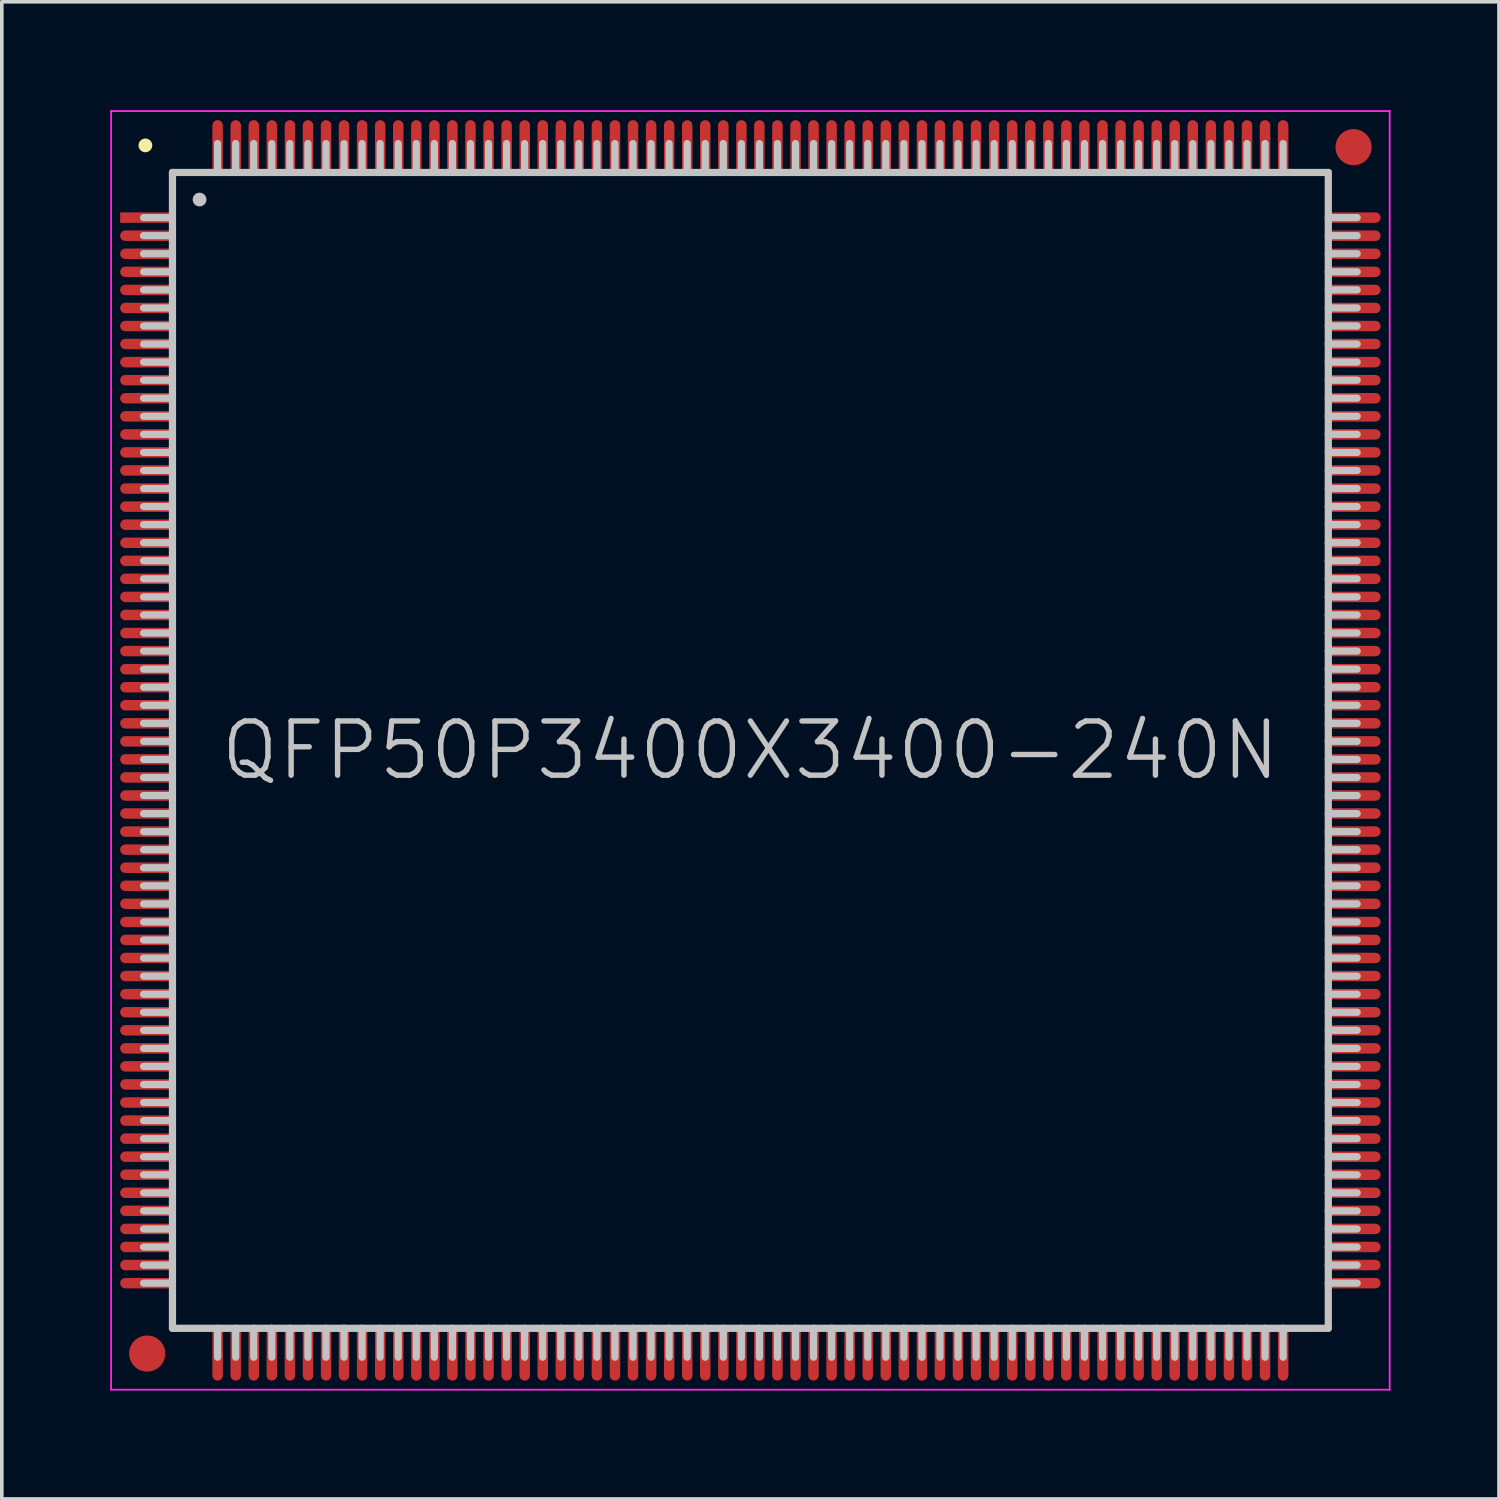
<source format=kicad_pcb>
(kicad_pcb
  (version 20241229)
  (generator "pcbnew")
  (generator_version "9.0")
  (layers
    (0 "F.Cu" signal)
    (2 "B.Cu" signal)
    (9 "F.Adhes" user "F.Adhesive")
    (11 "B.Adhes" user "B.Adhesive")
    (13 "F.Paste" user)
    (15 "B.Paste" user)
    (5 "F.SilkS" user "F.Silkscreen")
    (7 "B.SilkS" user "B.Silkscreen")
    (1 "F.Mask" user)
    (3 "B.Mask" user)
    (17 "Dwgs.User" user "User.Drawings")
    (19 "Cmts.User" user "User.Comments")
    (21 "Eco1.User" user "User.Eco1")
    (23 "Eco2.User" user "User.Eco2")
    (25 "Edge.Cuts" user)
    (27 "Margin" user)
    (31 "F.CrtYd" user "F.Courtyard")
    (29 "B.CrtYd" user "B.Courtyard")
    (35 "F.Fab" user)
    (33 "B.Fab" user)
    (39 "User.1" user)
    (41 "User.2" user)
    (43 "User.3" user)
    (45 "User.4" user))
  (footprint "QFP50P3400X3400-240N"
    (layer "F.Cu")
    (at 17.725 17.725)
    (property "Reference" "QFP50P3400X3400-240N" (at 0 0 0) (layer "Dwgs.User") (effects (font (size 1.5 1.5) (thickness 0.15))))
    (attr smd)
    (fp_line (start -16.75 -16.75) (end -16.75 -16.75) (stroke (width 0.381) (type solid)) (layer "F.SilkS"))
    (fp_line (start -16 -16) (end -16 16) (stroke (width 0.2) (type solid)) (layer "Dwgs.User"))
    (fp_line (start -16 -16) (end 16 -16) (stroke (width 0.2) (type solid)) (layer "Dwgs.User"))
    (fp_line (start -16 -14.75) (end -16.8 -14.75) (stroke (width 0.2) (type solid)) (layer "Dwgs.User"))
    (fp_line (start -16 -14.25) (end -16.8 -14.25) (stroke (width 0.2) (type solid)) (layer "Dwgs.User"))
    (fp_line (start -16 -13.75) (end -16.8 -13.75) (stroke (width 0.2) (type solid)) (layer "Dwgs.User"))
    (fp_line (start -16 -13.25) (end -16.8 -13.25) (stroke (width 0.2) (type solid)) (layer "Dwgs.User"))
    (fp_line (start -16 -12.75) (end -16.8 -12.75) (stroke (width 0.2) (type solid)) (layer "Dwgs.User"))
    (fp_line (start -16 -12.25) (end -16.8 -12.25) (stroke (width 0.2) (type solid)) (layer "Dwgs.User"))
    (fp_line (start -16 -11.75) (end -16.8 -11.75) (stroke (width 0.2) (type solid)) (layer "Dwgs.User"))
    (fp_line (start -16 -11.25) (end -16.8 -11.25) (stroke (width 0.2) (type solid)) (layer "Dwgs.User"))
    (fp_line (start -16 -10.75) (end -16.8 -10.75) (stroke (width 0.2) (type solid)) (layer "Dwgs.User"))
    (fp_line (start -16 -10.25) (end -16.8 -10.25) (stroke (width 0.2) (type solid)) (layer "Dwgs.User"))
    (fp_line (start -16 -9.75) (end -16.8 -9.75) (stroke (width 0.2) (type solid)) (layer "Dwgs.User"))
    (fp_line (start -16 -9.25) (end -16.8 -9.25) (stroke (width 0.2) (type solid)) (layer "Dwgs.User"))
    (fp_line (start -16 -8.75) (end -16.8 -8.75) (stroke (width 0.2) (type solid)) (layer "Dwgs.User"))
    (fp_line (start -16 -8.25) (end -16.8 -8.25) (stroke (width 0.2) (type solid)) (layer "Dwgs.User"))
    (fp_line (start -16 -7.75) (end -16.8 -7.75) (stroke (width 0.2) (type solid)) (layer "Dwgs.User"))
    (fp_line (start -16 -7.25) (end -16.8 -7.25) (stroke (width 0.2) (type solid)) (layer "Dwgs.User"))
    (fp_line (start -16 -6.75) (end -16.8 -6.75) (stroke (width 0.2) (type solid)) (layer "Dwgs.User"))
    (fp_line (start -16 -6.25) (end -16.8 -6.25) (stroke (width 0.2) (type solid)) (layer "Dwgs.User"))
    (fp_line (start -16 -5.75) (end -16.8 -5.75) (stroke (width 0.2) (type solid)) (layer "Dwgs.User"))
    (fp_line (start -16 -5.25) (end -16.8 -5.25) (stroke (width 0.2) (type solid)) (layer "Dwgs.User"))
    (fp_line (start -16 -4.75) (end -16.8 -4.75) (stroke (width 0.2) (type solid)) (layer "Dwgs.User"))
    (fp_line (start -16 -4.25) (end -16.8 -4.25) (stroke (width 0.2) (type solid)) (layer "Dwgs.User"))
    (fp_line (start -16 -3.75) (end -16.8 -3.75) (stroke (width 0.2) (type solid)) (layer "Dwgs.User"))
    (fp_line (start -16 -3.25) (end -16.8 -3.25) (stroke (width 0.2) (type solid)) (layer "Dwgs.User"))
    (fp_line (start -16 -2.75) (end -16.8 -2.75) (stroke (width 0.2) (type solid)) (layer "Dwgs.User"))
    (fp_line (start -16 -2.25) (end -16.8 -2.25) (stroke (width 0.2) (type solid)) (layer "Dwgs.User"))
    (fp_line (start -16 -1.75) (end -16.8 -1.75) (stroke (width 0.2) (type solid)) (layer "Dwgs.User"))
    (fp_line (start -16 -1.25) (end -16.8 -1.25) (stroke (width 0.2) (type solid)) (layer "Dwgs.User"))
    (fp_line (start -16 -0.75) (end -16.8 -0.75) (stroke (width 0.2) (type solid)) (layer "Dwgs.User"))
    (fp_line (start -16 -0.25) (end -16.8 -0.25) (stroke (width 0.2) (type solid)) (layer "Dwgs.User"))
    (fp_line (start -16 0.25) (end -16.8 0.25) (stroke (width 0.2) (type solid)) (layer "Dwgs.User"))
    (fp_line (start -16 0.75) (end -16.8 0.75) (stroke (width 0.2) (type solid)) (layer "Dwgs.User"))
    (fp_line (start -16 1.25) (end -16.8 1.25) (stroke (width 0.2) (type solid)) (layer "Dwgs.User"))
    (fp_line (start -16 1.75) (end -16.8 1.75) (stroke (width 0.2) (type solid)) (layer "Dwgs.User"))
    (fp_line (start -16 2.25) (end -16.8 2.25) (stroke (width 0.2) (type solid)) (layer "Dwgs.User"))
    (fp_line (start -16 2.75) (end -16.8 2.75) (stroke (width 0.2) (type solid)) (layer "Dwgs.User"))
    (fp_line (start -16 3.25) (end -16.8 3.25) (stroke (width 0.2) (type solid)) (layer "Dwgs.User"))
    (fp_line (start -16 3.75) (end -16.8 3.75) (stroke (width 0.2) (type solid)) (layer "Dwgs.User"))
    (fp_line (start -16 4.25) (end -16.8 4.25) (stroke (width 0.2) (type solid)) (layer "Dwgs.User"))
    (fp_line (start -16 4.75) (end -16.8 4.75) (stroke (width 0.2) (type solid)) (layer "Dwgs.User"))
    (fp_line (start -16 5.25) (end -16.8 5.25) (stroke (width 0.2) (type solid)) (layer "Dwgs.User"))
    (fp_line (start -16 5.75) (end -16.8 5.75) (stroke (width 0.2) (type solid)) (layer "Dwgs.User"))
    (fp_line (start -16 6.25) (end -16.8 6.25) (stroke (width 0.2) (type solid)) (layer "Dwgs.User"))
    (fp_line (start -16 6.75) (end -16.8 6.75) (stroke (width 0.2) (type solid)) (layer "Dwgs.User"))
    (fp_line (start -16 7.25) (end -16.8 7.25) (stroke (width 0.2) (type solid)) (layer "Dwgs.User"))
    (fp_line (start -16 7.75) (end -16.8 7.75) (stroke (width 0.2) (type solid)) (layer "Dwgs.User"))
    (fp_line (start -16 8.25) (end -16.8 8.25) (stroke (width 0.2) (type solid)) (layer "Dwgs.User"))
    (fp_line (start -16 8.75) (end -16.8 8.75) (stroke (width 0.2) (type solid)) (layer "Dwgs.User"))
    (fp_line (start -16 9.25) (end -16.8 9.25) (stroke (width 0.2) (type solid)) (layer "Dwgs.User"))
    (fp_line (start -16 9.75) (end -16.8 9.75) (stroke (width 0.2) (type solid)) (layer "Dwgs.User"))
    (fp_line (start -16 10.25) (end -16.8 10.25) (stroke (width 0.2) (type solid)) (layer "Dwgs.User"))
    (fp_line (start -16 10.75) (end -16.8 10.75) (stroke (width 0.2) (type solid)) (layer "Dwgs.User"))
    (fp_line (start -16 11.25) (end -16.8 11.25) (stroke (width 0.2) (type solid)) (layer "Dwgs.User"))
    (fp_line (start -16 11.75) (end -16.8 11.75) (stroke (width 0.2) (type solid)) (layer "Dwgs.User"))
    (fp_line (start -16 12.25) (end -16.8 12.25) (stroke (width 0.2) (type solid)) (layer "Dwgs.User"))
    (fp_line (start -16 12.75) (end -16.8 12.75) (stroke (width 0.2) (type solid)) (layer "Dwgs.User"))
    (fp_line (start -16 13.25) (end -16.8 13.25) (stroke (width 0.2) (type solid)) (layer "Dwgs.User"))
    (fp_line (start -16 13.75) (end -16.8 13.75) (stroke (width 0.2) (type solid)) (layer "Dwgs.User"))
    (fp_line (start -16 14.25) (end -16.8 14.25) (stroke (width 0.2) (type solid)) (layer "Dwgs.User"))
    (fp_line (start -16 14.75) (end -16.8 14.75) (stroke (width 0.2) (type solid)) (layer "Dwgs.User"))
    (fp_line (start -16 16) (end 16 16) (stroke (width 0.2) (type solid)) (layer "Dwgs.User"))
    (fp_line (start -15.25 -15.25) (end -15.25 -15.25) (stroke (width 0.381) (type solid)) (layer "Dwgs.User"))
    (fp_line (start -14.75 -16) (end -14.75 -16.8) (stroke (width 0.2) (type solid)) (layer "Dwgs.User"))
    (fp_line (start -14.75 16.8) (end -14.75 16) (stroke (width 0.2) (type solid)) (layer "Dwgs.User"))
    (fp_line (start -14.25 -16) (end -14.25 -16.8) (stroke (width 0.2) (type solid)) (layer "Dwgs.User"))
    (fp_line (start -14.25 16.8) (end -14.25 16) (stroke (width 0.2) (type solid)) (layer "Dwgs.User"))
    (fp_line (start -13.75 -16) (end -13.75 -16.8) (stroke (width 0.2) (type solid)) (layer "Dwgs.User"))
    (fp_line (start -13.75 16.8) (end -13.75 16) (stroke (width 0.2) (type solid)) (layer "Dwgs.User"))
    (fp_line (start -13.25 -16) (end -13.25 -16.8) (stroke (width 0.2) (type solid)) (layer "Dwgs.User"))
    (fp_line (start -13.25 16.8) (end -13.25 16) (stroke (width 0.2) (type solid)) (layer "Dwgs.User"))
    (fp_line (start -12.75 -16) (end -12.75 -16.8) (stroke (width 0.2) (type solid)) (layer "Dwgs.User"))
    (fp_line (start -12.75 16.8) (end -12.75 16) (stroke (width 0.2) (type solid)) (layer "Dwgs.User"))
    (fp_line (start -12.25 -16) (end -12.25 -16.8) (stroke (width 0.2) (type solid)) (layer "Dwgs.User"))
    (fp_line (start -12.25 16.8) (end -12.25 16) (stroke (width 0.2) (type solid)) (layer "Dwgs.User"))
    (fp_line (start -11.75 -16) (end -11.75 -16.8) (stroke (width 0.2) (type solid)) (layer "Dwgs.User"))
    (fp_line (start -11.75 16.8) (end -11.75 16) (stroke (width 0.2) (type solid)) (layer "Dwgs.User"))
    (fp_line (start -11.25 -16) (end -11.25 -16.8) (stroke (width 0.2) (type solid)) (layer "Dwgs.User"))
    (fp_line (start -11.25 16.8) (end -11.25 16) (stroke (width 0.2) (type solid)) (layer "Dwgs.User"))
    (fp_line (start -10.75 -16) (end -10.75 -16.8) (stroke (width 0.2) (type solid)) (layer "Dwgs.User"))
    (fp_line (start -10.75 16.8) (end -10.75 16) (stroke (width 0.2) (type solid)) (layer "Dwgs.User"))
    (fp_line (start -10.25 -16) (end -10.25 -16.8) (stroke (width 0.2) (type solid)) (layer "Dwgs.User"))
    (fp_line (start -10.25 16.8) (end -10.25 16) (stroke (width 0.2) (type solid)) (layer "Dwgs.User"))
    (fp_line (start -9.75 -16) (end -9.75 -16.8) (stroke (width 0.2) (type solid)) (layer "Dwgs.User"))
    (fp_line (start -9.75 16.8) (end -9.75 16) (stroke (width 0.2) (type solid)) (layer "Dwgs.User"))
    (fp_line (start -9.25 -16) (end -9.25 -16.8) (stroke (width 0.2) (type solid)) (layer "Dwgs.User"))
    (fp_line (start -9.25 16.8) (end -9.25 16) (stroke (width 0.2) (type solid)) (layer "Dwgs.User"))
    (fp_line (start -8.75 -16) (end -8.75 -16.8) (stroke (width 0.2) (type solid)) (layer "Dwgs.User"))
    (fp_line (start -8.75 16.8) (end -8.75 16) (stroke (width 0.2) (type solid)) (layer "Dwgs.User"))
    (fp_line (start -8.25 -16) (end -8.25 -16.8) (stroke (width 0.2) (type solid)) (layer "Dwgs.User"))
    (fp_line (start -8.25 16.8) (end -8.25 16) (stroke (width 0.2) (type solid)) (layer "Dwgs.User"))
    (fp_line (start -7.75 -16) (end -7.75 -16.8) (stroke (width 0.2) (type solid)) (layer "Dwgs.User"))
    (fp_line (start -7.75 16.8) (end -7.75 16) (stroke (width 0.2) (type solid)) (layer "Dwgs.User"))
    (fp_line (start -7.25 -16) (end -7.25 -16.8) (stroke (width 0.2) (type solid)) (layer "Dwgs.User"))
    (fp_line (start -7.25 16.8) (end -7.25 16) (stroke (width 0.2) (type solid)) (layer "Dwgs.User"))
    (fp_line (start -6.75 -16) (end -6.75 -16.8) (stroke (width 0.2) (type solid)) (layer "Dwgs.User"))
    (fp_line (start -6.75 16.8) (end -6.75 16) (stroke (width 0.2) (type solid)) (layer "Dwgs.User"))
    (fp_line (start -6.25 -16) (end -6.25 -16.8) (stroke (width 0.2) (type solid)) (layer "Dwgs.User"))
    (fp_line (start -6.25 16.8) (end -6.25 16) (stroke (width 0.2) (type solid)) (layer "Dwgs.User"))
    (fp_line (start -5.75 -16) (end -5.75 -16.8) (stroke (width 0.2) (type solid)) (layer "Dwgs.User"))
    (fp_line (start -5.75 16.8) (end -5.75 16) (stroke (width 0.2) (type solid)) (layer "Dwgs.User"))
    (fp_line (start -5.25 -16) (end -5.25 -16.8) (stroke (width 0.2) (type solid)) (layer "Dwgs.User"))
    (fp_line (start -5.25 16.8) (end -5.25 16) (stroke (width 0.2) (type solid)) (layer "Dwgs.User"))
    (fp_line (start -4.75 -16) (end -4.75 -16.8) (stroke (width 0.2) (type solid)) (layer "Dwgs.User"))
    (fp_line (start -4.75 16.8) (end -4.75 16) (stroke (width 0.2) (type solid)) (layer "Dwgs.User"))
    (fp_line (start -4.25 -16) (end -4.25 -16.8) (stroke (width 0.2) (type solid)) (layer "Dwgs.User"))
    (fp_line (start -4.25 16.8) (end -4.25 16) (stroke (width 0.2) (type solid)) (layer "Dwgs.User"))
    (fp_line (start -3.75 -16) (end -3.75 -16.8) (stroke (width 0.2) (type solid)) (layer "Dwgs.User"))
    (fp_line (start -3.75 16.8) (end -3.75 16) (stroke (width 0.2) (type solid)) (layer "Dwgs.User"))
    (fp_line (start -3.25 -16) (end -3.25 -16.8) (stroke (width 0.2) (type solid)) (layer "Dwgs.User"))
    (fp_line (start -3.25 16.8) (end -3.25 16) (stroke (width 0.2) (type solid)) (layer "Dwgs.User"))
    (fp_line (start -2.75 -16) (end -2.75 -16.8) (stroke (width 0.2) (type solid)) (layer "Dwgs.User"))
    (fp_line (start -2.75 16.8) (end -2.75 16) (stroke (width 0.2) (type solid)) (layer "Dwgs.User"))
    (fp_line (start -2.25 -16) (end -2.25 -16.8) (stroke (width 0.2) (type solid)) (layer "Dwgs.User"))
    (fp_line (start -2.25 16.8) (end -2.25 16) (stroke (width 0.2) (type solid)) (layer "Dwgs.User"))
    (fp_line (start -1.75 -16) (end -1.75 -16.8) (stroke (width 0.2) (type solid)) (layer "Dwgs.User"))
    (fp_line (start -1.75 16.8) (end -1.75 16) (stroke (width 0.2) (type solid)) (layer "Dwgs.User"))
    (fp_line (start -1.25 -16) (end -1.25 -16.8) (stroke (width 0.2) (type solid)) (layer "Dwgs.User"))
    (fp_line (start -1.25 16.8) (end -1.25 16) (stroke (width 0.2) (type solid)) (layer "Dwgs.User"))
    (fp_line (start -0.75 -16) (end -0.75 -16.8) (stroke (width 0.2) (type solid)) (layer "Dwgs.User"))
    (fp_line (start -0.75 16.8) (end -0.75 16) (stroke (width 0.2) (type solid)) (layer "Dwgs.User"))
    (fp_line (start -0.25 -16) (end -0.25 -16.8) (stroke (width 0.2) (type solid)) (layer "Dwgs.User"))
    (fp_line (start -0.25 16.8) (end -0.25 16) (stroke (width 0.2) (type solid)) (layer "Dwgs.User"))
    (fp_line (start 0.25 -16) (end 0.25 -16.8) (stroke (width 0.2) (type solid)) (layer "Dwgs.User"))
    (fp_line (start 0.25 16.8) (end 0.25 16) (stroke (width 0.2) (type solid)) (layer "Dwgs.User"))
    (fp_line (start 0.75 -16) (end 0.75 -16.8) (stroke (width 0.2) (type solid)) (layer "Dwgs.User"))
    (fp_line (start 0.75 16.8) (end 0.75 16) (stroke (width 0.2) (type solid)) (layer "Dwgs.User"))
    (fp_line (start 1.25 -16) (end 1.25 -16.8) (stroke (width 0.2) (type solid)) (layer "Dwgs.User"))
    (fp_line (start 1.25 16.8) (end 1.25 16) (stroke (width 0.2) (type solid)) (layer "Dwgs.User"))
    (fp_line (start 1.75 -16) (end 1.75 -16.8) (stroke (width 0.2) (type solid)) (layer "Dwgs.User"))
    (fp_line (start 1.75 16.8) (end 1.75 16) (stroke (width 0.2) (type solid)) (layer "Dwgs.User"))
    (fp_line (start 2.25 -16) (end 2.25 -16.8) (stroke (width 0.2) (type solid)) (layer "Dwgs.User"))
    (fp_line (start 2.25 16.8) (end 2.25 16) (stroke (width 0.2) (type solid)) (layer "Dwgs.User"))
    (fp_line (start 2.75 -16) (end 2.75 -16.8) (stroke (width 0.2) (type solid)) (layer "Dwgs.User"))
    (fp_line (start 2.75 16.8) (end 2.75 16) (stroke (width 0.2) (type solid)) (layer "Dwgs.User"))
    (fp_line (start 3.25 -16) (end 3.25 -16.8) (stroke (width 0.2) (type solid)) (layer "Dwgs.User"))
    (fp_line (start 3.25 16.8) (end 3.25 16) (stroke (width 0.2) (type solid)) (layer "Dwgs.User"))
    (fp_line (start 3.75 -16) (end 3.75 -16.8) (stroke (width 0.2) (type solid)) (layer "Dwgs.User"))
    (fp_line (start 3.75 16.8) (end 3.75 16) (stroke (width 0.2) (type solid)) (layer "Dwgs.User"))
    (fp_line (start 4.25 -16) (end 4.25 -16.8) (stroke (width 0.2) (type solid)) (layer "Dwgs.User"))
    (fp_line (start 4.25 16.8) (end 4.25 16) (stroke (width 0.2) (type solid)) (layer "Dwgs.User"))
    (fp_line (start 4.75 -16) (end 4.75 -16.8) (stroke (width 0.2) (type solid)) (layer "Dwgs.User"))
    (fp_line (start 4.75 16.8) (end 4.75 16) (stroke (width 0.2) (type solid)) (layer "Dwgs.User"))
    (fp_line (start 5.25 -16) (end 5.25 -16.8) (stroke (width 0.2) (type solid)) (layer "Dwgs.User"))
    (fp_line (start 5.25 16.8) (end 5.25 16) (stroke (width 0.2) (type solid)) (layer "Dwgs.User"))
    (fp_line (start 5.75 -16) (end 5.75 -16.8) (stroke (width 0.2) (type solid)) (layer "Dwgs.User"))
    (fp_line (start 5.75 16.8) (end 5.75 16) (stroke (width 0.2) (type solid)) (layer "Dwgs.User"))
    (fp_line (start 6.25 -16) (end 6.25 -16.8) (stroke (width 0.2) (type solid)) (layer "Dwgs.User"))
    (fp_line (start 6.25 16.8) (end 6.25 16) (stroke (width 0.2) (type solid)) (layer "Dwgs.User"))
    (fp_line (start 6.75 -16) (end 6.75 -16.8) (stroke (width 0.2) (type solid)) (layer "Dwgs.User"))
    (fp_line (start 6.75 16.8) (end 6.75 16) (stroke (width 0.2) (type solid)) (layer "Dwgs.User"))
    (fp_line (start 7.25 -16) (end 7.25 -16.8) (stroke (width 0.2) (type solid)) (layer "Dwgs.User"))
    (fp_line (start 7.25 16.8) (end 7.25 16) (stroke (width 0.2) (type solid)) (layer "Dwgs.User"))
    (fp_line (start 7.75 -16) (end 7.75 -16.8) (stroke (width 0.2) (type solid)) (layer "Dwgs.User"))
    (fp_line (start 7.75 16.8) (end 7.75 16) (stroke (width 0.2) (type solid)) (layer "Dwgs.User"))
    (fp_line (start 8.25 -16) (end 8.25 -16.8) (stroke (width 0.2) (type solid)) (layer "Dwgs.User"))
    (fp_line (start 8.25 16.8) (end 8.25 16) (stroke (width 0.2) (type solid)) (layer "Dwgs.User"))
    (fp_line (start 8.75 -16) (end 8.75 -16.8) (stroke (width 0.2) (type solid)) (layer "Dwgs.User"))
    (fp_line (start 8.75 16.8) (end 8.75 16) (stroke (width 0.2) (type solid)) (layer "Dwgs.User"))
    (fp_line (start 9.25 -16) (end 9.25 -16.8) (stroke (width 0.2) (type solid)) (layer "Dwgs.User"))
    (fp_line (start 9.25 16.8) (end 9.25 16) (stroke (width 0.2) (type solid)) (layer "Dwgs.User"))
    (fp_line (start 9.75 -16) (end 9.75 -16.8) (stroke (width 0.2) (type solid)) (layer "Dwgs.User"))
    (fp_line (start 9.75 16.8) (end 9.75 16) (stroke (width 0.2) (type solid)) (layer "Dwgs.User"))
    (fp_line (start 10.25 -16) (end 10.25 -16.8) (stroke (width 0.2) (type solid)) (layer "Dwgs.User"))
    (fp_line (start 10.25 16.8) (end 10.25 16) (stroke (width 0.2) (type solid)) (layer "Dwgs.User"))
    (fp_line (start 10.75 -16) (end 10.75 -16.8) (stroke (width 0.2) (type solid)) (layer "Dwgs.User"))
    (fp_line (start 10.75 16.8) (end 10.75 16) (stroke (width 0.2) (type solid)) (layer "Dwgs.User"))
    (fp_line (start 11.25 -16) (end 11.25 -16.8) (stroke (width 0.2) (type solid)) (layer "Dwgs.User"))
    (fp_line (start 11.25 16.8) (end 11.25 16) (stroke (width 0.2) (type solid)) (layer "Dwgs.User"))
    (fp_line (start 11.75 -16) (end 11.75 -16.8) (stroke (width 0.2) (type solid)) (layer "Dwgs.User"))
    (fp_line (start 11.75 16.8) (end 11.75 16) (stroke (width 0.2) (type solid)) (layer "Dwgs.User"))
    (fp_line (start 12.25 -16) (end 12.25 -16.8) (stroke (width 0.2) (type solid)) (layer "Dwgs.User"))
    (fp_line (start 12.25 16.8) (end 12.25 16) (stroke (width 0.2) (type solid)) (layer "Dwgs.User"))
    (fp_line (start 12.75 -16) (end 12.75 -16.8) (stroke (width 0.2) (type solid)) (layer "Dwgs.User"))
    (fp_line (start 12.75 16.8) (end 12.75 16) (stroke (width 0.2) (type solid)) (layer "Dwgs.User"))
    (fp_line (start 13.25 -16) (end 13.25 -16.8) (stroke (width 0.2) (type solid)) (layer "Dwgs.User"))
    (fp_line (start 13.25 16.8) (end 13.25 16) (stroke (width 0.2) (type solid)) (layer "Dwgs.User"))
    (fp_line (start 13.75 -16) (end 13.75 -16.8) (stroke (width 0.2) (type solid)) (layer "Dwgs.User"))
    (fp_line (start 13.75 16.8) (end 13.75 16) (stroke (width 0.2) (type solid)) (layer "Dwgs.User"))
    (fp_line (start 14.25 -16) (end 14.25 -16.8) (stroke (width 0.2) (type solid)) (layer "Dwgs.User"))
    (fp_line (start 14.25 16.8) (end 14.25 16) (stroke (width 0.2) (type solid)) (layer "Dwgs.User"))
    (fp_line (start 14.75 -16) (end 14.75 -16.8) (stroke (width 0.2) (type solid)) (layer "Dwgs.User"))
    (fp_line (start 14.75 16.8) (end 14.75 16) (stroke (width 0.2) (type solid)) (layer "Dwgs.User"))
    (fp_line (start 16 -16) (end 16 16) (stroke (width 0.2) (type solid)) (layer "Dwgs.User"))
    (fp_line (start 16.8 -14.75) (end 16 -14.75) (stroke (width 0.2) (type solid)) (layer "Dwgs.User"))
    (fp_line (start 16.8 -14.25) (end 16 -14.25) (stroke (width 0.2) (type solid)) (layer "Dwgs.User"))
    (fp_line (start 16.8 -13.75) (end 16 -13.75) (stroke (width 0.2) (type solid)) (layer "Dwgs.User"))
    (fp_line (start 16.8 -13.25) (end 16 -13.25) (stroke (width 0.2) (type solid)) (layer "Dwgs.User"))
    (fp_line (start 16.8 -12.75) (end 16 -12.75) (stroke (width 0.2) (type solid)) (layer "Dwgs.User"))
    (fp_line (start 16.8 -12.25) (end 16 -12.25) (stroke (width 0.2) (type solid)) (layer "Dwgs.User"))
    (fp_line (start 16.8 -11.75) (end 16 -11.75) (stroke (width 0.2) (type solid)) (layer "Dwgs.User"))
    (fp_line (start 16.8 -11.25) (end 16 -11.25) (stroke (width 0.2) (type solid)) (layer "Dwgs.User"))
    (fp_line (start 16.8 -10.75) (end 16 -10.75) (stroke (width 0.2) (type solid)) (layer "Dwgs.User"))
    (fp_line (start 16.8 -10.25) (end 16 -10.25) (stroke (width 0.2) (type solid)) (layer "Dwgs.User"))
    (fp_line (start 16.8 -9.75) (end 16 -9.75) (stroke (width 0.2) (type solid)) (layer "Dwgs.User"))
    (fp_line (start 16.8 -9.25) (end 16 -9.25) (stroke (width 0.2) (type solid)) (layer "Dwgs.User"))
    (fp_line (start 16.8 -8.75) (end 16 -8.75) (stroke (width 0.2) (type solid)) (layer "Dwgs.User"))
    (fp_line (start 16.8 -8.25) (end 16 -8.25) (stroke (width 0.2) (type solid)) (layer "Dwgs.User"))
    (fp_line (start 16.8 -7.75) (end 16 -7.75) (stroke (width 0.2) (type solid)) (layer "Dwgs.User"))
    (fp_line (start 16.8 -7.25) (end 16 -7.25) (stroke (width 0.2) (type solid)) (layer "Dwgs.User"))
    (fp_line (start 16.8 -6.75) (end 16 -6.75) (stroke (width 0.2) (type solid)) (layer "Dwgs.User"))
    (fp_line (start 16.8 -6.25) (end 16 -6.25) (stroke (width 0.2) (type solid)) (layer "Dwgs.User"))
    (fp_line (start 16.8 -5.75) (end 16 -5.75) (stroke (width 0.2) (type solid)) (layer "Dwgs.User"))
    (fp_line (start 16.8 -5.25) (end 16 -5.25) (stroke (width 0.2) (type solid)) (layer "Dwgs.User"))
    (fp_line (start 16.8 -4.75) (end 16 -4.75) (stroke (width 0.2) (type solid)) (layer "Dwgs.User"))
    (fp_line (start 16.8 -4.25) (end 16 -4.25) (stroke (width 0.2) (type solid)) (layer "Dwgs.User"))
    (fp_line (start 16.8 -3.75) (end 16 -3.75) (stroke (width 0.2) (type solid)) (layer "Dwgs.User"))
    (fp_line (start 16.8 -3.25) (end 16 -3.25) (stroke (width 0.2) (type solid)) (layer "Dwgs.User"))
    (fp_line (start 16.8 -2.75) (end 16 -2.75) (stroke (width 0.2) (type solid)) (layer "Dwgs.User"))
    (fp_line (start 16.8 -2.25) (end 16 -2.25) (stroke (width 0.2) (type solid)) (layer "Dwgs.User"))
    (fp_line (start 16.8 -1.75) (end 16 -1.75) (stroke (width 0.2) (type solid)) (layer "Dwgs.User"))
    (fp_line (start 16.8 -1.25) (end 16 -1.25) (stroke (width 0.2) (type solid)) (layer "Dwgs.User"))
    (fp_line (start 16.8 -0.75) (end 16 -0.75) (stroke (width 0.2) (type solid)) (layer "Dwgs.User"))
    (fp_line (start 16.8 -0.25) (end 16 -0.25) (stroke (width 0.2) (type solid)) (layer "Dwgs.User"))
    (fp_line (start 16.8 0.25) (end 16 0.25) (stroke (width 0.2) (type solid)) (layer "Dwgs.User"))
    (fp_line (start 16.8 0.75) (end 16 0.75) (stroke (width 0.2) (type solid)) (layer "Dwgs.User"))
    (fp_line (start 16.8 1.25) (end 16 1.25) (stroke (width 0.2) (type solid)) (layer "Dwgs.User"))
    (fp_line (start 16.8 1.75) (end 16 1.75) (stroke (width 0.2) (type solid)) (layer "Dwgs.User"))
    (fp_line (start 16.8 2.25) (end 16 2.25) (stroke (width 0.2) (type solid)) (layer "Dwgs.User"))
    (fp_line (start 16.8 2.75) (end 16 2.75) (stroke (width 0.2) (type solid)) (layer "Dwgs.User"))
    (fp_line (start 16.8 3.25) (end 16 3.25) (stroke (width 0.2) (type solid)) (layer "Dwgs.User"))
    (fp_line (start 16.8 3.75) (end 16 3.75) (stroke (width 0.2) (type solid)) (layer "Dwgs.User"))
    (fp_line (start 16.8 4.25) (end 16 4.25) (stroke (width 0.2) (type solid)) (layer "Dwgs.User"))
    (fp_line (start 16.8 4.75) (end 16 4.75) (stroke (width 0.2) (type solid)) (layer "Dwgs.User"))
    (fp_line (start 16.8 5.25) (end 16 5.25) (stroke (width 0.2) (type solid)) (layer "Dwgs.User"))
    (fp_line (start 16.8 5.75) (end 16 5.75) (stroke (width 0.2) (type solid)) (layer "Dwgs.User"))
    (fp_line (start 16.8 6.25) (end 16 6.25) (stroke (width 0.2) (type solid)) (layer "Dwgs.User"))
    (fp_line (start 16.8 6.75) (end 16 6.75) (stroke (width 0.2) (type solid)) (layer "Dwgs.User"))
    (fp_line (start 16.8 7.25) (end 16 7.25) (stroke (width 0.2) (type solid)) (layer "Dwgs.User"))
    (fp_line (start 16.8 7.75) (end 16 7.75) (stroke (width 0.2) (type solid)) (layer "Dwgs.User"))
    (fp_line (start 16.8 8.25) (end 16 8.25) (stroke (width 0.2) (type solid)) (layer "Dwgs.User"))
    (fp_line (start 16.8 8.75) (end 16 8.75) (stroke (width 0.2) (type solid)) (layer "Dwgs.User"))
    (fp_line (start 16.8 9.25) (end 16 9.25) (stroke (width 0.2) (type solid)) (layer "Dwgs.User"))
    (fp_line (start 16.8 9.75) (end 16 9.75) (stroke (width 0.2) (type solid)) (layer "Dwgs.User"))
    (fp_line (start 16.8 10.25) (end 16 10.25) (stroke (width 0.2) (type solid)) (layer "Dwgs.User"))
    (fp_line (start 16.8 10.75) (end 16 10.75) (stroke (width 0.2) (type solid)) (layer "Dwgs.User"))
    (fp_line (start 16.8 11.25) (end 16 11.25) (stroke (width 0.2) (type solid)) (layer "Dwgs.User"))
    (fp_line (start 16.8 11.75) (end 16 11.75) (stroke (width 0.2) (type solid)) (layer "Dwgs.User"))
    (fp_line (start 16.8 12.25) (end 16 12.25) (stroke (width 0.2) (type solid)) (layer "Dwgs.User"))
    (fp_line (start 16.8 12.75) (end 16 12.75) (stroke (width 0.2) (type solid)) (layer "Dwgs.User"))
    (fp_line (start 16.8 13.25) (end 16 13.25) (stroke (width 0.2) (type solid)) (layer "Dwgs.User"))
    (fp_line (start 16.8 13.75) (end 16 13.75) (stroke (width 0.2) (type solid)) (layer "Dwgs.User"))
    (fp_line (start 16.8 14.25) (end 16 14.25) (stroke (width 0.2) (type solid)) (layer "Dwgs.User"))
    (fp_line (start 16.8 14.75) (end 16 14.75) (stroke (width 0.2) (type solid)) (layer "Dwgs.User"))
    (fp_line (start -17.7 -17.7) (end -17.7 17.7) (stroke (width 0.05) (type solid)) (layer "F.CrtYd"))
    (fp_line (start -17.7 -17.7) (end 17.7 -17.7) (stroke (width 0.05) (type solid)) (layer "F.CrtYd"))
    (fp_line (start -17.7 17.7) (end 17.7 17.7) (stroke (width 0.05) (type solid)) (layer "F.CrtYd"))
    (fp_line (start 17.7 -17.7) (end 17.7 17.7) (stroke (width 0.05) (type solid)) (layer "F.CrtYd"))
    (pad "" smd circle (at -16.7 16.7) (size 1 1) (layers "F.Cu" "F.Mask"))
    (pad "" smd circle (at 16.7 -16.7) (size 1 1) (layers "F.Cu" "F.Mask"))
    (pad "1" smd rect (at -16.698 -14.75 90) (size 0.29 1.5) (layers "F.Cu" "F.Mask" "F.Paste"))
    (pad "2" smd oval (at -16.698 -14.249 90) (size 0.29 1.5) (layers "F.Cu" "F.Mask" "F.Paste"))
    (pad "3" smd oval (at -16.698 -13.749 90) (size 0.29 1.5) (layers "F.Cu" "F.Mask" "F.Paste"))
    (pad "4" smd oval (at -16.698 -13.249 90) (size 0.29 1.5) (layers "F.Cu" "F.Mask" "F.Paste"))
    (pad "5" smd oval (at -16.698 -12.748 90) (size 0.29 1.5) (layers "F.Cu" "F.Mask" "F.Paste"))
    (pad "6" smd oval (at -16.698 -12.248 90) (size 0.29 1.5) (layers "F.Cu" "F.Mask" "F.Paste"))
    (pad "7" smd oval (at -16.698 -11.748 90) (size 0.29 1.5) (layers "F.Cu" "F.Mask" "F.Paste"))
    (pad "8" smd oval (at -16.698 -11.25 90) (size 0.29 1.5) (layers "F.Cu" "F.Mask" "F.Paste"))
    (pad "9" smd oval (at -16.698 -10.749 90) (size 0.29 1.5) (layers "F.Cu" "F.Mask" "F.Paste"))
    (pad "10" smd oval (at -16.698 -10.249 90) (size 0.29 1.5) (layers "F.Cu" "F.Mask" "F.Paste"))
    (pad "11" smd oval (at -16.698 -9.749 90) (size 0.29 1.5) (layers "F.Cu" "F.Mask" "F.Paste"))
    (pad "12" smd oval (at -16.698 -9.248 90) (size 0.29 1.5) (layers "F.Cu" "F.Mask" "F.Paste"))
    (pad "13" smd oval (at -16.698 -8.748 90) (size 0.29 1.5) (layers "F.Cu" "F.Mask" "F.Paste"))
    (pad "14" smd oval (at -16.698 -8.25 90) (size 0.29 1.5) (layers "F.Cu" "F.Mask" "F.Paste"))
    (pad "15" smd oval (at -16.698 -7.75 90) (size 0.29 1.5) (layers "F.Cu" "F.Mask" "F.Paste"))
    (pad "16" smd oval (at -16.698 -7.249 90) (size 0.29 1.5) (layers "F.Cu" "F.Mask" "F.Paste"))
    (pad "17" smd oval (at -16.698 -6.749 90) (size 0.29 1.5) (layers "F.Cu" "F.Mask" "F.Paste"))
    (pad "18" smd oval (at -16.698 -6.248 90) (size 0.29 1.5) (layers "F.Cu" "F.Mask" "F.Paste"))
    (pad "19" smd oval (at -16.698 -5.748 90) (size 0.29 1.5) (layers "F.Cu" "F.Mask" "F.Paste"))
    (pad "20" smd oval (at -16.698 -5.248 90) (size 0.29 1.5) (layers "F.Cu" "F.Mask" "F.Paste"))
    (pad "21" smd oval (at -16.698 -4.75 90) (size 0.29 1.5) (layers "F.Cu" "F.Mask" "F.Paste"))
    (pad "22" smd oval (at -16.698 -4.249 90) (size 0.29 1.5) (layers "F.Cu" "F.Mask" "F.Paste"))
    (pad "23" smd oval (at -16.698 -3.749 90) (size 0.29 1.5) (layers "F.Cu" "F.Mask" "F.Paste"))
    (pad "24" smd oval (at -16.698 -3.249 90) (size 0.29 1.5) (layers "F.Cu" "F.Mask" "F.Paste"))
    (pad "25" smd oval (at -16.698 -2.748 90) (size 0.29 1.5) (layers "F.Cu" "F.Mask" "F.Paste"))
    (pad "26" smd oval (at -16.698 -2.248 90) (size 0.29 1.5) (layers "F.Cu" "F.Mask" "F.Paste"))
    (pad "27" smd oval (at -16.698 -1.748 90) (size 0.29 1.5) (layers "F.Cu" "F.Mask" "F.Paste"))
    (pad "28" smd oval (at -16.698 -1.25 90) (size 0.29 1.5) (layers "F.Cu" "F.Mask" "F.Paste"))
    (pad "29" smd oval (at -16.698 -0.749 90) (size 0.29 1.5) (layers "F.Cu" "F.Mask" "F.Paste"))
    (pad "30" smd oval (at -16.698 -0.249 90) (size 0.29 1.5) (layers "F.Cu" "F.Mask" "F.Paste"))
    (pad "31" smd oval (at -16.698 0.249 90) (size 0.29 1.5) (layers "F.Cu" "F.Mask" "F.Paste"))
    (pad "32" smd oval (at -16.698 0.749 90) (size 0.29 1.5) (layers "F.Cu" "F.Mask" "F.Paste"))
    (pad "33" smd oval (at -16.698 1.25 90) (size 0.29 1.5) (layers "F.Cu" "F.Mask" "F.Paste"))
    (pad "34" smd oval (at -16.698 1.748 90) (size 0.29 1.5) (layers "F.Cu" "F.Mask" "F.Paste"))
    (pad "35" smd oval (at -16.698 2.248 90) (size 0.29 1.5) (layers "F.Cu" "F.Mask" "F.Paste"))
    (pad "36" smd oval (at -16.698 2.748 90) (size 0.29 1.5) (layers "F.Cu" "F.Mask" "F.Paste"))
    (pad "37" smd oval (at -16.698 3.249 90) (size 0.29 1.5) (layers "F.Cu" "F.Mask" "F.Paste"))
    (pad "38" smd oval (at -16.698 3.749 90) (size 0.29 1.5) (layers "F.Cu" "F.Mask" "F.Paste"))
    (pad "39" smd oval (at -16.698 4.249 90) (size 0.29 1.5) (layers "F.Cu" "F.Mask" "F.Paste"))
    (pad "40" smd oval (at -16.698 4.75 90) (size 0.29 1.5) (layers "F.Cu" "F.Mask" "F.Paste"))
    (pad "41" smd oval (at -16.698 5.248 90) (size 0.29 1.5) (layers "F.Cu" "F.Mask" "F.Paste"))
    (pad "42" smd oval (at -16.698 5.748 90) (size 0.29 1.5) (layers "F.Cu" "F.Mask" "F.Paste"))
    (pad "43" smd oval (at -16.698 6.248 90) (size 0.29 1.5) (layers "F.Cu" "F.Mask" "F.Paste"))
    (pad "44" smd oval (at -16.698 6.749 90) (size 0.29 1.5) (layers "F.Cu" "F.Mask" "F.Paste"))
    (pad "45" smd oval (at -16.698 7.249 90) (size 0.29 1.5) (layers "F.Cu" "F.Mask" "F.Paste"))
    (pad "46" smd oval (at -16.698 7.75 90) (size 0.29 1.5) (layers "F.Cu" "F.Mask" "F.Paste"))
    (pad "47" smd oval (at -16.698 8.25 90) (size 0.29 1.5) (layers "F.Cu" "F.Mask" "F.Paste"))
    (pad "48" smd oval (at -16.698 8.748 90) (size 0.29 1.5) (layers "F.Cu" "F.Mask" "F.Paste"))
    (pad "49" smd oval (at -16.698 9.248 90) (size 0.29 1.5) (layers "F.Cu" "F.Mask" "F.Paste"))
    (pad "50" smd oval (at -16.698 9.749 90) (size 0.29 1.5) (layers "F.Cu" "F.Mask" "F.Paste"))
    (pad "51" smd oval (at -16.698 10.249 90) (size 0.29 1.5) (layers "F.Cu" "F.Mask" "F.Paste"))
    (pad "52" smd oval (at -16.698 10.749 90) (size 0.29 1.5) (layers "F.Cu" "F.Mask" "F.Paste"))
    (pad "53" smd oval (at -16.698 11.25 90) (size 0.29 1.5) (layers "F.Cu" "F.Mask" "F.Paste"))
    (pad "54" smd oval (at -16.698 11.748 90) (size 0.29 1.5) (layers "F.Cu" "F.Mask" "F.Paste"))
    (pad "55" smd oval (at -16.698 12.248 90) (size 0.29 1.5) (layers "F.Cu" "F.Mask" "F.Paste"))
    (pad "56" smd oval (at -16.698 12.748 90) (size 0.29 1.5) (layers "F.Cu" "F.Mask" "F.Paste"))
    (pad "57" smd oval (at -16.698 13.249 90) (size 0.29 1.5) (layers "F.Cu" "F.Mask" "F.Paste"))
    (pad "58" smd oval (at -16.698 13.749 90) (size 0.29 1.5) (layers "F.Cu" "F.Mask" "F.Paste"))
    (pad "59" smd oval (at -16.698 14.249 90) (size 0.29 1.5) (layers "F.Cu" "F.Mask" "F.Paste"))
    (pad "60" smd oval (at -16.698 14.75 90) (size 0.29 1.5) (layers "F.Cu" "F.Mask" "F.Paste"))
    (pad "61" smd oval (at -14.75 16.698 180) (size 0.29 1.5) (layers "F.Cu" "F.Mask" "F.Paste"))
    (pad "62" smd oval (at -14.249 16.698 180) (size 0.29 1.5) (layers "F.Cu" "F.Mask" "F.Paste"))
    (pad "63" smd oval (at -13.749 16.698 180) (size 0.29 1.5) (layers "F.Cu" "F.Mask" "F.Paste"))
    (pad "64" smd oval (at -13.249 16.698 180) (size 0.29 1.5) (layers "F.Cu" "F.Mask" "F.Paste"))
    (pad "65" smd oval (at -12.748 16.698 180) (size 0.29 1.5) (layers "F.Cu" "F.Mask" "F.Paste"))
    (pad "66" smd oval (at -12.248 16.698 180) (size 0.29 1.5) (layers "F.Cu" "F.Mask" "F.Paste"))
    (pad "67" smd oval (at -11.748 16.698 180) (size 0.29 1.5) (layers "F.Cu" "F.Mask" "F.Paste"))
    (pad "68" smd oval (at -11.25 16.698 180) (size 0.29 1.5) (layers "F.Cu" "F.Mask" "F.Paste"))
    (pad "69" smd oval (at -10.749 16.698 180) (size 0.29 1.5) (layers "F.Cu" "F.Mask" "F.Paste"))
    (pad "70" smd oval (at -10.249 16.698 180) (size 0.29 1.5) (layers "F.Cu" "F.Mask" "F.Paste"))
    (pad "71" smd oval (at -9.749 16.698 180) (size 0.29 1.5) (layers "F.Cu" "F.Mask" "F.Paste"))
    (pad "72" smd oval (at -9.248 16.698 180) (size 0.29 1.5) (layers "F.Cu" "F.Mask" "F.Paste"))
    (pad "73" smd oval (at -8.748 16.698 180) (size 0.29 1.5) (layers "F.Cu" "F.Mask" "F.Paste"))
    (pad "74" smd oval (at -8.25 16.698 180) (size 0.29 1.5) (layers "F.Cu" "F.Mask" "F.Paste"))
    (pad "75" smd oval (at -7.75 16.698 180) (size 0.29 1.5) (layers "F.Cu" "F.Mask" "F.Paste"))
    (pad "76" smd oval (at -7.249 16.698 180) (size 0.29 1.5) (layers "F.Cu" "F.Mask" "F.Paste"))
    (pad "77" smd oval (at -6.749 16.698 180) (size 0.29 1.5) (layers "F.Cu" "F.Mask" "F.Paste"))
    (pad "78" smd oval (at -6.248 16.698 180) (size 0.29 1.5) (layers "F.Cu" "F.Mask" "F.Paste"))
    (pad "79" smd oval (at -5.748 16.698 180) (size 0.29 1.5) (layers "F.Cu" "F.Mask" "F.Paste"))
    (pad "80" smd oval (at -5.248 16.698 180) (size 0.29 1.5) (layers "F.Cu" "F.Mask" "F.Paste"))
    (pad "81" smd oval (at -4.75 16.698 180) (size 0.29 1.5) (layers "F.Cu" "F.Mask" "F.Paste"))
    (pad "82" smd oval (at -4.249 16.698 180) (size 0.29 1.5) (layers "F.Cu" "F.Mask" "F.Paste"))
    (pad "83" smd oval (at -3.749 16.698 180) (size 0.29 1.5) (layers "F.Cu" "F.Mask" "F.Paste"))
    (pad "84" smd oval (at -3.249 16.698 180) (size 0.29 1.5) (layers "F.Cu" "F.Mask" "F.Paste"))
    (pad "85" smd oval (at -2.748 16.698 180) (size 0.29 1.5) (layers "F.Cu" "F.Mask" "F.Paste"))
    (pad "86" smd oval (at -2.248 16.698 180) (size 0.29 1.5) (layers "F.Cu" "F.Mask" "F.Paste"))
    (pad "87" smd oval (at -1.748 16.698 180) (size 0.29 1.5) (layers "F.Cu" "F.Mask" "F.Paste"))
    (pad "88" smd oval (at -1.25 16.698 180) (size 0.29 1.5) (layers "F.Cu" "F.Mask" "F.Paste"))
    (pad "89" smd oval (at -0.749 16.698 180) (size 0.29 1.5) (layers "F.Cu" "F.Mask" "F.Paste"))
    (pad "90" smd oval (at -0.249 16.698 180) (size 0.29 1.5) (layers "F.Cu" "F.Mask" "F.Paste"))
    (pad "91" smd oval (at 0.249 16.698 180) (size 0.29 1.5) (layers "F.Cu" "F.Mask" "F.Paste"))
    (pad "92" smd oval (at 0.749 16.698 180) (size 0.29 1.5) (layers "F.Cu" "F.Mask" "F.Paste"))
    (pad "93" smd oval (at 1.25 16.698 180) (size 0.29 1.5) (layers "F.Cu" "F.Mask" "F.Paste"))
    (pad "94" smd oval (at 1.748 16.698 180) (size 0.29 1.5) (layers "F.Cu" "F.Mask" "F.Paste"))
    (pad "95" smd oval (at 2.248 16.698 180) (size 0.29 1.5) (layers "F.Cu" "F.Mask" "F.Paste"))
    (pad "96" smd oval (at 2.748 16.698 180) (size 0.29 1.5) (layers "F.Cu" "F.Mask" "F.Paste"))
    (pad "97" smd oval (at 3.249 16.698 180) (size 0.29 1.5) (layers "F.Cu" "F.Mask" "F.Paste"))
    (pad "98" smd oval (at 3.749 16.698 180) (size 0.29 1.5) (layers "F.Cu" "F.Mask" "F.Paste"))
    (pad "99" smd oval (at 4.249 16.698 180) (size 0.29 1.5) (layers "F.Cu" "F.Mask" "F.Paste"))
    (pad "100" smd oval (at 4.75 16.698 180) (size 0.29 1.5) (layers "F.Cu" "F.Mask" "F.Paste"))
    (pad "101" smd oval (at 5.248 16.698 180) (size 0.29 1.5) (layers "F.Cu" "F.Mask" "F.Paste"))
    (pad "102" smd oval (at 5.748 16.698 180) (size 0.29 1.5) (layers "F.Cu" "F.Mask" "F.Paste"))
    (pad "103" smd oval (at 6.248 16.698 180) (size 0.29 1.5) (layers "F.Cu" "F.Mask" "F.Paste"))
    (pad "104" smd oval (at 6.749 16.698 180) (size 0.29 1.5) (layers "F.Cu" "F.Mask" "F.Paste"))
    (pad "105" smd oval (at 7.249 16.698 180) (size 0.29 1.5) (layers "F.Cu" "F.Mask" "F.Paste"))
    (pad "106" smd oval (at 7.75 16.698 180) (size 0.29 1.5) (layers "F.Cu" "F.Mask" "F.Paste"))
    (pad "107" smd oval (at 8.25 16.698 180) (size 0.29 1.5) (layers "F.Cu" "F.Mask" "F.Paste"))
    (pad "108" smd oval (at 8.748 16.698 180) (size 0.29 1.5) (layers "F.Cu" "F.Mask" "F.Paste"))
    (pad "109" smd oval (at 9.248 16.698 180) (size 0.29 1.5) (layers "F.Cu" "F.Mask" "F.Paste"))
    (pad "110" smd oval (at 9.749 16.698 180) (size 0.29 1.5) (layers "F.Cu" "F.Mask" "F.Paste"))
    (pad "111" smd oval (at 10.249 16.698 180) (size 0.29 1.5) (layers "F.Cu" "F.Mask" "F.Paste"))
    (pad "112" smd oval (at 10.749 16.698 180) (size 0.29 1.5) (layers "F.Cu" "F.Mask" "F.Paste"))
    (pad "113" smd oval (at 11.25 16.698 180) (size 0.29 1.5) (layers "F.Cu" "F.Mask" "F.Paste"))
    (pad "114" smd oval (at 11.748 16.698 180) (size 0.29 1.5) (layers "F.Cu" "F.Mask" "F.Paste"))
    (pad "115" smd oval (at 12.248 16.698 180) (size 0.29 1.5) (layers "F.Cu" "F.Mask" "F.Paste"))
    (pad "116" smd oval (at 12.748 16.698 180) (size 0.29 1.5) (layers "F.Cu" "F.Mask" "F.Paste"))
    (pad "117" smd oval (at 13.249 16.698 180) (size 0.29 1.5) (layers "F.Cu" "F.Mask" "F.Paste"))
    (pad "118" smd oval (at 13.749 16.698 180) (size 0.29 1.5) (layers "F.Cu" "F.Mask" "F.Paste"))
    (pad "119" smd oval (at 14.249 16.698 180) (size 0.29 1.5) (layers "F.Cu" "F.Mask" "F.Paste"))
    (pad "120" smd oval (at 14.75 16.698 180) (size 0.29 1.5) (layers "F.Cu" "F.Mask" "F.Paste"))
    (pad "121" smd oval (at 16.698 14.75 270) (size 0.29 1.5) (layers "F.Cu" "F.Mask" "F.Paste"))
    (pad "122" smd oval (at 16.698 14.249 270) (size 0.29 1.5) (layers "F.Cu" "F.Mask" "F.Paste"))
    (pad "123" smd oval (at 16.698 13.749 270) (size 0.29 1.5) (layers "F.Cu" "F.Mask" "F.Paste"))
    (pad "124" smd oval (at 16.698 13.249 270) (size 0.29 1.5) (layers "F.Cu" "F.Mask" "F.Paste"))
    (pad "125" smd oval (at 16.698 12.748 270) (size 0.29 1.5) (layers "F.Cu" "F.Mask" "F.Paste"))
    (pad "126" smd oval (at 16.698 12.248 270) (size 0.29 1.5) (layers "F.Cu" "F.Mask" "F.Paste"))
    (pad "127" smd oval (at 16.698 11.748 270) (size 0.29 1.5) (layers "F.Cu" "F.Mask" "F.Paste"))
    (pad "128" smd oval (at 16.698 11.25 270) (size 0.29 1.5) (layers "F.Cu" "F.Mask" "F.Paste"))
    (pad "129" smd oval (at 16.698 10.749 270) (size 0.29 1.5) (layers "F.Cu" "F.Mask" "F.Paste"))
    (pad "130" smd oval (at 16.698 10.249 270) (size 0.29 1.5) (layers "F.Cu" "F.Mask" "F.Paste"))
    (pad "131" smd oval (at 16.698 9.749 270) (size 0.29 1.5) (layers "F.Cu" "F.Mask" "F.Paste"))
    (pad "132" smd oval (at 16.698 9.248 270) (size 0.29 1.5) (layers "F.Cu" "F.Mask" "F.Paste"))
    (pad "133" smd oval (at 16.698 8.748 270) (size 0.29 1.5) (layers "F.Cu" "F.Mask" "F.Paste"))
    (pad "134" smd oval (at 16.698 8.25 270) (size 0.29 1.5) (layers "F.Cu" "F.Mask" "F.Paste"))
    (pad "135" smd oval (at 16.698 7.75 270) (size 0.29 1.5) (layers "F.Cu" "F.Mask" "F.Paste"))
    (pad "136" smd oval (at 16.698 7.249 270) (size 0.29 1.5) (layers "F.Cu" "F.Mask" "F.Paste"))
    (pad "137" smd oval (at 16.698 6.749 270) (size 0.29 1.5) (layers "F.Cu" "F.Mask" "F.Paste"))
    (pad "138" smd oval (at 16.698 6.248 270) (size 0.29 1.5) (layers "F.Cu" "F.Mask" "F.Paste"))
    (pad "139" smd oval (at 16.698 5.748 270) (size 0.29 1.5) (layers "F.Cu" "F.Mask" "F.Paste"))
    (pad "140" smd oval (at 16.698 5.248 270) (size 0.29 1.5) (layers "F.Cu" "F.Mask" "F.Paste"))
    (pad "141" smd oval (at 16.698 4.75 270) (size 0.29 1.5) (layers "F.Cu" "F.Mask" "F.Paste"))
    (pad "142" smd oval (at 16.698 4.249 270) (size 0.29 1.5) (layers "F.Cu" "F.Mask" "F.Paste"))
    (pad "143" smd oval (at 16.698 3.749 270) (size 0.29 1.5) (layers "F.Cu" "F.Mask" "F.Paste"))
    (pad "144" smd oval (at 16.698 3.249 270) (size 0.29 1.5) (layers "F.Cu" "F.Mask" "F.Paste"))
    (pad "145" smd oval (at 16.698 2.748 270) (size 0.29 1.5) (layers "F.Cu" "F.Mask" "F.Paste"))
    (pad "146" smd oval (at 16.698 2.248 270) (size 0.29 1.5) (layers "F.Cu" "F.Mask" "F.Paste"))
    (pad "147" smd oval (at 16.698 1.748 270) (size 0.29 1.5) (layers "F.Cu" "F.Mask" "F.Paste"))
    (pad "148" smd oval (at 16.698 1.25 270) (size 0.29 1.5) (layers "F.Cu" "F.Mask" "F.Paste"))
    (pad "149" smd oval (at 16.698 0.749 270) (size 0.29 1.5) (layers "F.Cu" "F.Mask" "F.Paste"))
    (pad "150" smd oval (at 16.698 0.249 270) (size 0.29 1.5) (layers "F.Cu" "F.Mask" "F.Paste"))
    (pad "151" smd oval (at 16.698 -0.249 270) (size 0.29 1.5) (layers "F.Cu" "F.Mask" "F.Paste"))
    (pad "152" smd oval (at 16.698 -0.749 270) (size 0.29 1.5) (layers "F.Cu" "F.Mask" "F.Paste"))
    (pad "153" smd oval (at 16.698 -1.25 270) (size 0.29 1.5) (layers "F.Cu" "F.Mask" "F.Paste"))
    (pad "154" smd oval (at 16.698 -1.748 270) (size 0.29 1.5) (layers "F.Cu" "F.Mask" "F.Paste"))
    (pad "155" smd oval (at 16.698 -2.248 270) (size 0.29 1.5) (layers "F.Cu" "F.Mask" "F.Paste"))
    (pad "156" smd oval (at 16.698 -2.748 270) (size 0.29 1.5) (layers "F.Cu" "F.Mask" "F.Paste"))
    (pad "157" smd oval (at 16.698 -3.249 270) (size 0.29 1.5) (layers "F.Cu" "F.Mask" "F.Paste"))
    (pad "158" smd oval (at 16.698 -3.749 270) (size 0.29 1.5) (layers "F.Cu" "F.Mask" "F.Paste"))
    (pad "159" smd oval (at 16.698 -4.249 270) (size 0.29 1.5) (layers "F.Cu" "F.Mask" "F.Paste"))
    (pad "160" smd oval (at 16.698 -4.75 270) (size 0.29 1.5) (layers "F.Cu" "F.Mask" "F.Paste"))
    (pad "161" smd oval (at 16.698 -5.248 270) (size 0.29 1.5) (layers "F.Cu" "F.Mask" "F.Paste"))
    (pad "162" smd oval (at 16.698 -5.748 270) (size 0.29 1.5) (layers "F.Cu" "F.Mask" "F.Paste"))
    (pad "163" smd oval (at 16.698 -6.248 270) (size 0.29 1.5) (layers "F.Cu" "F.Mask" "F.Paste"))
    (pad "164" smd oval (at 16.698 -6.749 270) (size 0.29 1.5) (layers "F.Cu" "F.Mask" "F.Paste"))
    (pad "165" smd oval (at 16.698 -7.249 270) (size 0.29 1.5) (layers "F.Cu" "F.Mask" "F.Paste"))
    (pad "166" smd oval (at 16.698 -7.75 270) (size 0.29 1.5) (layers "F.Cu" "F.Mask" "F.Paste"))
    (pad "167" smd oval (at 16.698 -8.25 270) (size 0.29 1.5) (layers "F.Cu" "F.Mask" "F.Paste"))
    (pad "168" smd oval (at 16.698 -8.748 270) (size 0.29 1.5) (layers "F.Cu" "F.Mask" "F.Paste"))
    (pad "169" smd oval (at 16.698 -9.248 270) (size 0.29 1.5) (layers "F.Cu" "F.Mask" "F.Paste"))
    (pad "170" smd oval (at 16.698 -9.749 270) (size 0.29 1.5) (layers "F.Cu" "F.Mask" "F.Paste"))
    (pad "171" smd oval (at 16.698 -10.249 270) (size 0.29 1.5) (layers "F.Cu" "F.Mask" "F.Paste"))
    (pad "172" smd oval (at 16.698 -10.749 270) (size 0.29 1.5) (layers "F.Cu" "F.Mask" "F.Paste"))
    (pad "173" smd oval (at 16.698 -11.25 270) (size 0.29 1.5) (layers "F.Cu" "F.Mask" "F.Paste"))
    (pad "174" smd oval (at 16.698 -11.748 270) (size 0.29 1.5) (layers "F.Cu" "F.Mask" "F.Paste"))
    (pad "175" smd oval (at 16.698 -12.248 270) (size 0.29 1.5) (layers "F.Cu" "F.Mask" "F.Paste"))
    (pad "176" smd oval (at 16.698 -12.748 270) (size 0.29 1.5) (layers "F.Cu" "F.Mask" "F.Paste"))
    (pad "177" smd oval (at 16.698 -13.249 270) (size 0.29 1.5) (layers "F.Cu" "F.Mask" "F.Paste"))
    (pad "178" smd oval (at 16.698 -13.749 270) (size 0.29 1.5) (layers "F.Cu" "F.Mask" "F.Paste"))
    (pad "179" smd oval (at 16.698 -14.249 270) (size 0.29 1.5) (layers "F.Cu" "F.Mask" "F.Paste"))
    (pad "180" smd oval (at 16.698 -14.75 270) (size 0.29 1.5) (layers "F.Cu" "F.Mask" "F.Paste"))
    (pad "181" smd oval (at 14.75 -16.698) (size 0.29 1.5) (layers "F.Cu" "F.Mask" "F.Paste"))
    (pad "182" smd oval (at 14.249 -16.698) (size 0.29 1.5) (layers "F.Cu" "F.Mask" "F.Paste"))
    (pad "183" smd oval (at 13.749 -16.698) (size 0.29 1.5) (layers "F.Cu" "F.Mask" "F.Paste"))
    (pad "184" smd oval (at 13.249 -16.698) (size 0.29 1.5) (layers "F.Cu" "F.Mask" "F.Paste"))
    (pad "185" smd oval (at 12.748 -16.698) (size 0.29 1.5) (layers "F.Cu" "F.Mask" "F.Paste"))
    (pad "186" smd oval (at 12.248 -16.698) (size 0.29 1.5) (layers "F.Cu" "F.Mask" "F.Paste"))
    (pad "187" smd oval (at 11.748 -16.698) (size 0.29 1.5) (layers "F.Cu" "F.Mask" "F.Paste"))
    (pad "188" smd oval (at 11.25 -16.698) (size 0.29 1.5) (layers "F.Cu" "F.Mask" "F.Paste"))
    (pad "189" smd oval (at 10.749 -16.698) (size 0.29 1.5) (layers "F.Cu" "F.Mask" "F.Paste"))
    (pad "190" smd oval (at 10.249 -16.698) (size 0.29 1.5) (layers "F.Cu" "F.Mask" "F.Paste"))
    (pad "191" smd oval (at 9.749 -16.698) (size 0.29 1.5) (layers "F.Cu" "F.Mask" "F.Paste"))
    (pad "192" smd oval (at 9.248 -16.698) (size 0.29 1.5) (layers "F.Cu" "F.Mask" "F.Paste"))
    (pad "193" smd oval (at 8.748 -16.698) (size 0.29 1.5) (layers "F.Cu" "F.Mask" "F.Paste"))
    (pad "194" smd oval (at 8.25 -16.698) (size 0.29 1.5) (layers "F.Cu" "F.Mask" "F.Paste"))
    (pad "195" smd oval (at 7.75 -16.698) (size 0.29 1.5) (layers "F.Cu" "F.Mask" "F.Paste"))
    (pad "196" smd oval (at 7.249 -16.698) (size 0.29 1.5) (layers "F.Cu" "F.Mask" "F.Paste"))
    (pad "197" smd oval (at 6.749 -16.698) (size 0.29 1.5) (layers "F.Cu" "F.Mask" "F.Paste"))
    (pad "198" smd oval (at 6.248 -16.698) (size 0.29 1.5) (layers "F.Cu" "F.Mask" "F.Paste"))
    (pad "199" smd oval (at 5.748 -16.698) (size 0.29 1.5) (layers "F.Cu" "F.Mask" "F.Paste"))
    (pad "200" smd oval (at 5.248 -16.698) (size 0.29 1.5) (layers "F.Cu" "F.Mask" "F.Paste"))
    (pad "201" smd oval (at 4.75 -16.698) (size 0.29 1.5) (layers "F.Cu" "F.Mask" "F.Paste"))
    (pad "202" smd oval (at 4.249 -16.698) (size 0.29 1.5) (layers "F.Cu" "F.Mask" "F.Paste"))
    (pad "203" smd oval (at 3.749 -16.698) (size 0.29 1.5) (layers "F.Cu" "F.Mask" "F.Paste"))
    (pad "204" smd oval (at 3.249 -16.698) (size 0.29 1.5) (layers "F.Cu" "F.Mask" "F.Paste"))
    (pad "205" smd oval (at 2.748 -16.698) (size 0.29 1.5) (layers "F.Cu" "F.Mask" "F.Paste"))
    (pad "206" smd oval (at 2.248 -16.698) (size 0.29 1.5) (layers "F.Cu" "F.Mask" "F.Paste"))
    (pad "207" smd oval (at 1.748 -16.698) (size 0.29 1.5) (layers "F.Cu" "F.Mask" "F.Paste"))
    (pad "208" smd oval (at 1.25 -16.698) (size 0.29 1.5) (layers "F.Cu" "F.Mask" "F.Paste"))
    (pad "209" smd oval (at 0.749 -16.698) (size 0.29 1.5) (layers "F.Cu" "F.Mask" "F.Paste"))
    (pad "210" smd oval (at 0.249 -16.698) (size 0.29 1.5) (layers "F.Cu" "F.Mask" "F.Paste"))
    (pad "211" smd oval (at -0.249 -16.698) (size 0.29 1.5) (layers "F.Cu" "F.Mask" "F.Paste"))
    (pad "212" smd oval (at -0.749 -16.698) (size 0.29 1.5) (layers "F.Cu" "F.Mask" "F.Paste"))
    (pad "213" smd oval (at -1.25 -16.698) (size 0.29 1.5) (layers "F.Cu" "F.Mask" "F.Paste"))
    (pad "214" smd oval (at -1.748 -16.698) (size 0.29 1.5) (layers "F.Cu" "F.Mask" "F.Paste"))
    (pad "215" smd oval (at -2.248 -16.698) (size 0.29 1.5) (layers "F.Cu" "F.Mask" "F.Paste"))
    (pad "216" smd oval (at -2.748 -16.698) (size 0.29 1.5) (layers "F.Cu" "F.Mask" "F.Paste"))
    (pad "217" smd oval (at -3.249 -16.698) (size 0.29 1.5) (layers "F.Cu" "F.Mask" "F.Paste"))
    (pad "218" smd oval (at -3.749 -16.698) (size 0.29 1.5) (layers "F.Cu" "F.Mask" "F.Paste"))
    (pad "219" smd oval (at -4.249 -16.698) (size 0.29 1.5) (layers "F.Cu" "F.Mask" "F.Paste"))
    (pad "220" smd oval (at -4.75 -16.698) (size 0.29 1.5) (layers "F.Cu" "F.Mask" "F.Paste"))
    (pad "221" smd oval (at -5.248 -16.698) (size 0.29 1.5) (layers "F.Cu" "F.Mask" "F.Paste"))
    (pad "222" smd oval (at -5.748 -16.698) (size 0.29 1.5) (layers "F.Cu" "F.Mask" "F.Paste"))
    (pad "223" smd oval (at -6.248 -16.698) (size 0.29 1.5) (layers "F.Cu" "F.Mask" "F.Paste"))
    (pad "224" smd oval (at -6.749 -16.698) (size 0.29 1.5) (layers "F.Cu" "F.Mask" "F.Paste"))
    (pad "225" smd oval (at -7.249 -16.698) (size 0.29 1.5) (layers "F.Cu" "F.Mask" "F.Paste"))
    (pad "226" smd oval (at -7.75 -16.698) (size 0.29 1.5) (layers "F.Cu" "F.Mask" "F.Paste"))
    (pad "227" smd oval (at -8.25 -16.698) (size 0.29 1.5) (layers "F.Cu" "F.Mask" "F.Paste"))
    (pad "228" smd oval (at -8.748 -16.698) (size 0.29 1.5) (layers "F.Cu" "F.Mask" "F.Paste"))
    (pad "229" smd oval (at -9.248 -16.698) (size 0.29 1.5) (layers "F.Cu" "F.Mask" "F.Paste"))
    (pad "230" smd oval (at -9.749 -16.698) (size 0.29 1.5) (layers "F.Cu" "F.Mask" "F.Paste"))
    (pad "231" smd oval (at -10.249 -16.698) (size 0.29 1.5) (layers "F.Cu" "F.Mask" "F.Paste"))
    (pad "232" smd oval (at -10.749 -16.698) (size 0.29 1.5) (layers "F.Cu" "F.Mask" "F.Paste"))
    (pad "233" smd oval (at -11.25 -16.698) (size 0.29 1.5) (layers "F.Cu" "F.Mask" "F.Paste"))
    (pad "234" smd oval (at -11.748 -16.698) (size 0.29 1.5) (layers "F.Cu" "F.Mask" "F.Paste"))
    (pad "235" smd oval (at -12.248 -16.698) (size 0.29 1.5) (layers "F.Cu" "F.Mask" "F.Paste"))
    (pad "236" smd oval (at -12.748 -16.698) (size 0.29 1.5) (layers "F.Cu" "F.Mask" "F.Paste"))
    (pad "237" smd oval (at -13.249 -16.698) (size 0.29 1.5) (layers "F.Cu" "F.Mask" "F.Paste"))
    (pad "238" smd oval (at -13.749 -16.698) (size 0.29 1.5) (layers "F.Cu" "F.Mask" "F.Paste"))
    (pad "239" smd oval (at -14.249 -16.698) (size 0.29 1.5) (layers "F.Cu" "F.Mask" "F.Paste"))
    (pad "240" smd oval (at -14.75 -16.698) (size 0.29 1.5) (layers "F.Cu" "F.Mask" "F.Paste")))
  (gr_rect
    (start -3 -3)
    (end 38.45 38.45)
    (stroke (width 0.1) (type default))
    (fill no)
    (layer "Edge.Cuts")))
</source>
